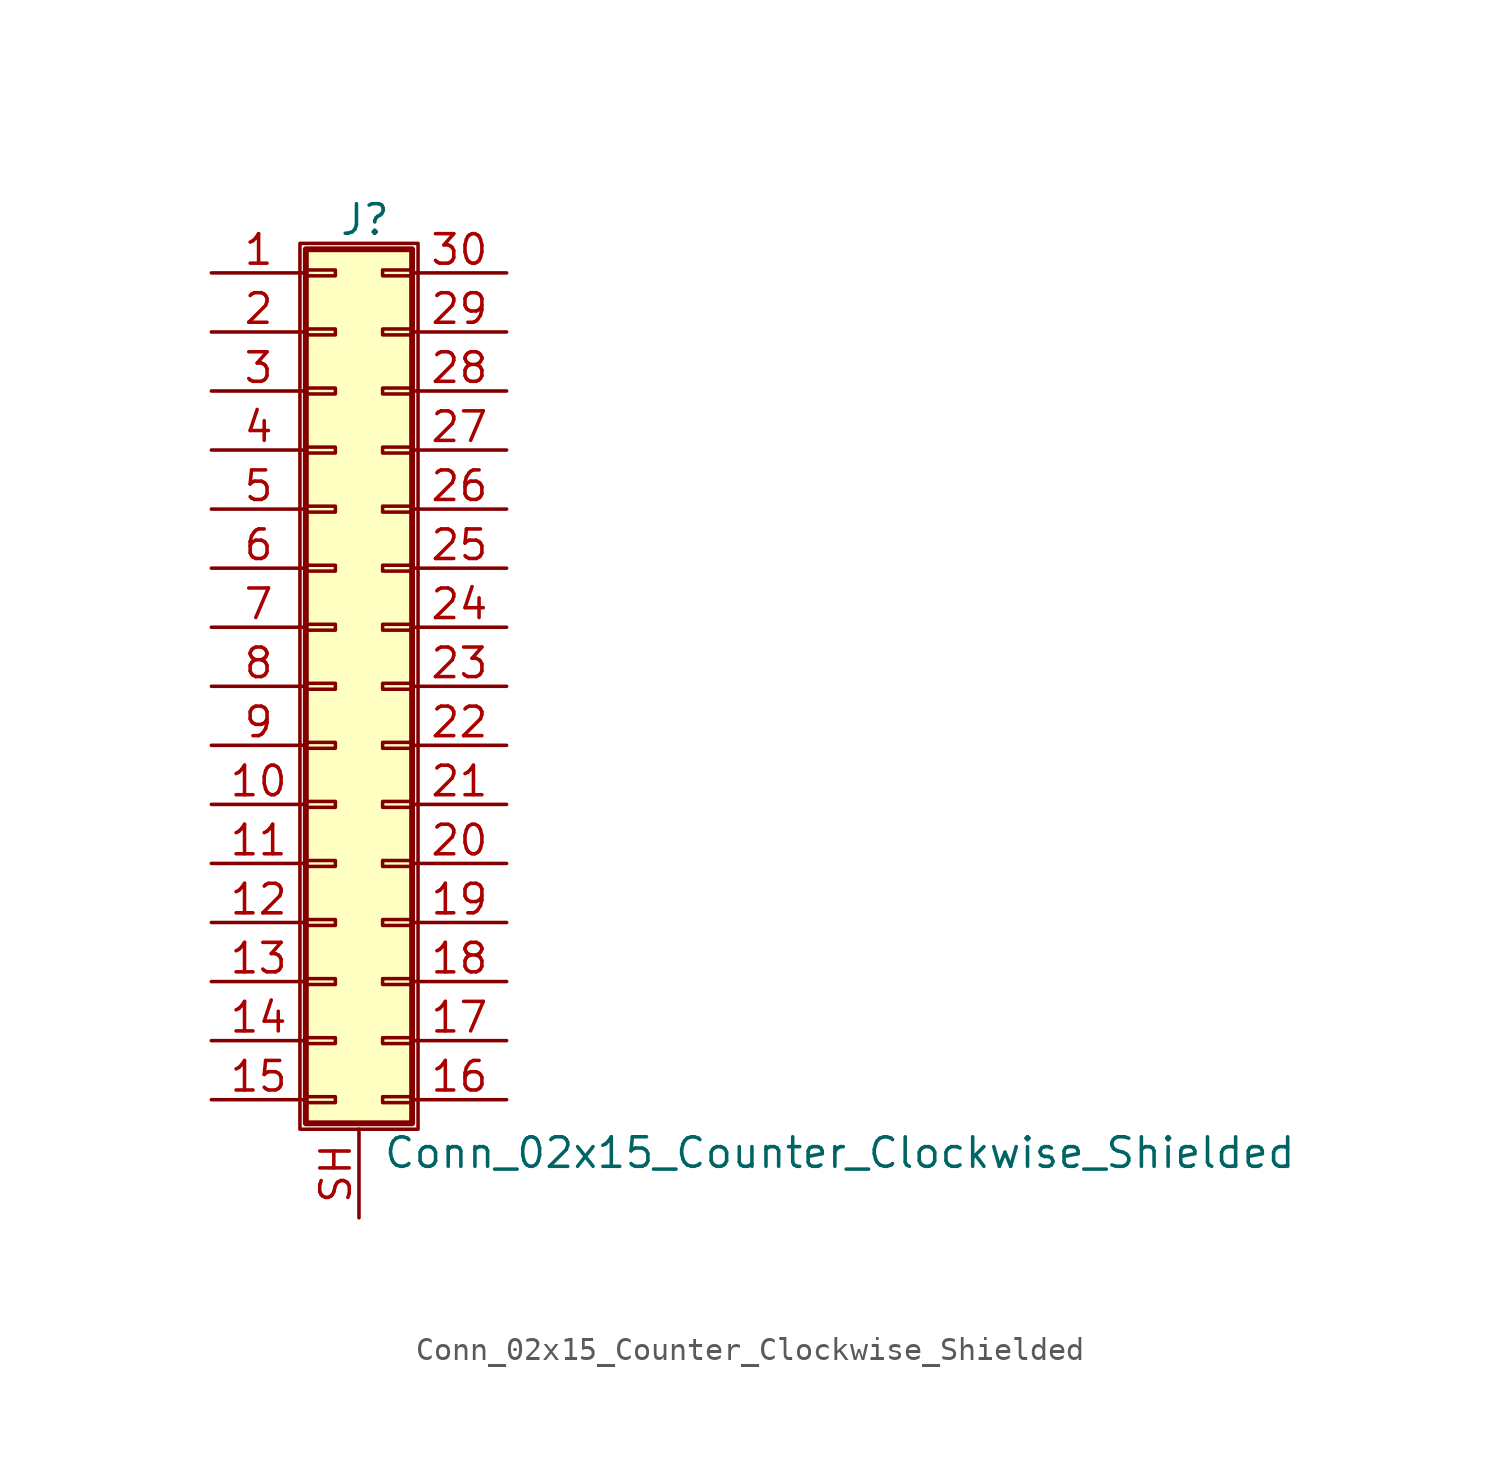
<source format=kicad_sym>
(kicad_symbol_lib
  (version 20201005)
  (generator kicad_symbol_editor)
  (symbol "Conn_02x15_Counter_Clockwise_Shielded"
    (pin_names
      (offset 1.016) hide)
    (property "Reference" "J"
      (at 1.524 20.066 0)
      (effects (font (size 1.27 1.27))))
    (property "Value" "Conn_02x15_Counter_Clockwise_Shielded"
      (at 2.286 -20.066 0)
      (effects (font (size 1.27 1.27)) (justify left)))
    (symbol "Conn_02x15_Counter_Clockwise_Shielded_1_1"
      (rectangle (start -1.27 19.05) (end 3.81 -19.05) (stroke (width 0.152)) (fill (type none)))
      (rectangle (start -1.016 -17.653) (end 0.254 -17.907) (stroke (width 0.152)) (fill (type none)))
      (rectangle (start -1.016 -15.113) (end 0.254 -15.367) (stroke (width 0.152)) (fill (type none)))
      (rectangle (start -1.016 -12.573) (end 0.254 -12.827) (stroke (width 0.152)) (fill (type none)))
      (rectangle (start -1.016 -10.033) (end 0.254 -10.287) (stroke (width 0.152)) (fill (type none)))
      (rectangle (start -1.016 -7.493) (end 0.254 -7.747) (stroke (width 0.152)) (fill (type none)))
      (rectangle (start -1.016 -4.953) (end 0.254 -5.207) (stroke (width 0.152)) (fill (type none)))
      (rectangle (start -1.016 -2.413) (end 0.254 -2.667) (stroke (width 0.152)) (fill (type none)))
      (rectangle (start -1.016 0.127) (end 0.254 -0.127) (stroke (width 0.152)) (fill (type none)))
      (rectangle (start -1.016 2.667) (end 0.254 2.413) (stroke (width 0.152)) (fill (type none)))
      (rectangle (start -1.016 5.207) (end 0.254 4.953) (stroke (width 0.152)) (fill (type none)))
      (rectangle (start -1.016 7.747) (end 0.254 7.493) (stroke (width 0.152)) (fill (type none)))
      (rectangle (start -1.016 10.287) (end 0.254 10.033) (stroke (width 0.152)) (fill (type none)))
      (rectangle (start -1.016 12.827) (end 0.254 12.573) (stroke (width 0.152)) (fill (type none)))
      (rectangle (start -1.016 15.367) (end 0.254 15.113) (stroke (width 0.152)) (fill (type none)))
      (rectangle (start -1.016 17.907) (end 0.254 17.653) (stroke (width 0.152)) (fill (type none)))
      (rectangle (start -1.016 18.796) (end 3.556 -18.796) (stroke (width 0.254)) (fill (type background)))
      (rectangle (start 3.556 -17.653) (end 2.286 -17.907) (stroke (width 0.152)) (fill (type none)))
      (rectangle (start 3.556 -15.113) (end 2.286 -15.367) (stroke (width 0.152)) (fill (type none)))
      (rectangle (start 3.556 -12.573) (end 2.286 -12.827) (stroke (width 0.152)) (fill (type none)))
      (rectangle (start 3.556 -10.033) (end 2.286 -10.287) (stroke (width 0.152)) (fill (type none)))
      (rectangle (start 3.556 -7.493) (end 2.286 -7.747) (stroke (width 0.152)) (fill (type none)))
      (rectangle (start 3.556 -4.953) (end 2.286 -5.207) (stroke (width 0.152)) (fill (type none)))
      (rectangle (start 3.556 -2.413) (end 2.286 -2.667) (stroke (width 0.152)) (fill (type none)))
      (rectangle (start 3.556 0.127) (end 2.286 -0.127) (stroke (width 0.152)) (fill (type none)))
      (rectangle (start 3.556 2.667) (end 2.286 2.413) (stroke (width 0.152)) (fill (type none)))
      (rectangle (start 3.556 5.207) (end 2.286 4.953) (stroke (width 0.152)) (fill (type none)))
      (rectangle (start 3.556 7.747) (end 2.286 7.493) (stroke (width 0.152)) (fill (type none)))
      (rectangle (start 3.556 10.287) (end 2.286 10.033) (stroke (width 0.152)) (fill (type none)))
      (rectangle (start 3.556 12.827) (end 2.286 12.573) (stroke (width 0.152)) (fill (type none)))
      (rectangle (start 3.556 15.367) (end 2.286 15.113) (stroke (width 0.152)) (fill (type none)))
      (rectangle (start 3.556 17.907) (end 2.286 17.653) (stroke (width 0.152)) (fill (type none)))
      (pin passive line (at -5.08 17.78 0) (length 4.064) (name "Pin_1" (effects (font (size 1.27 1.27)))) (number "1" (effects (font (size 1.27 1.27)))))
      (pin passive line (at -5.08 -5.08 0) (length 4.064) (name "Pin_10" (effects (font (size 1.27 1.27)))) (number "10" (effects (font (size 1.27 1.27)))))
      (pin passive line (at -5.08 -7.62 0) (length 4.064) (name "Pin_11" (effects (font (size 1.27 1.27)))) (number "11" (effects (font (size 1.27 1.27)))))
      (pin passive line (at -5.08 -10.16 0) (length 4.064) (name "Pin_12" (effects (font (size 1.27 1.27)))) (number "12" (effects (font (size 1.27 1.27)))))
      (pin passive line (at -5.08 -12.7 0) (length 4.064) (name "Pin_13" (effects (font (size 1.27 1.27)))) (number "13" (effects (font (size 1.27 1.27)))))
      (pin passive line (at -5.08 -15.24 0) (length 4.064) (name "Pin_14" (effects (font (size 1.27 1.27)))) (number "14" (effects (font (size 1.27 1.27)))))
      (pin passive line (at -5.08 -17.78 0) (length 4.064) (name "Pin_15" (effects (font (size 1.27 1.27)))) (number "15" (effects (font (size 1.27 1.27)))))
      (pin passive line (at 7.62 -17.78 180) (length 4.064) (name "Pin_16" (effects (font (size 1.27 1.27)))) (number "16" (effects (font (size 1.27 1.27)))))
      (pin passive line (at 7.62 -15.24 180) (length 4.064) (name "Pin_17" (effects (font (size 1.27 1.27)))) (number "17" (effects (font (size 1.27 1.27)))))
      (pin passive line (at 7.62 -12.7 180) (length 4.064) (name "Pin_18" (effects (font (size 1.27 1.27)))) (number "18" (effects (font (size 1.27 1.27)))))
      (pin passive line (at 7.62 -10.16 180) (length 4.064) (name "Pin_19" (effects (font (size 1.27 1.27)))) (number "19" (effects (font (size 1.27 1.27)))))
      (pin passive line (at -5.08 15.24 0) (length 4.064) (name "Pin_2" (effects (font (size 1.27 1.27)))) (number "2" (effects (font (size 1.27 1.27)))))
      (pin passive line (at 7.62 -7.62 180) (length 4.064) (name "Pin_20" (effects (font (size 1.27 1.27)))) (number "20" (effects (font (size 1.27 1.27)))))
      (pin passive line (at 7.62 -5.08 180) (length 4.064) (name "Pin_21" (effects (font (size 1.27 1.27)))) (number "21" (effects (font (size 1.27 1.27)))))
      (pin passive line (at 7.62 -2.54 180) (length 4.064) (name "Pin_22" (effects (font (size 1.27 1.27)))) (number "22" (effects (font (size 1.27 1.27)))))
      (pin passive line (at 7.62 0 180) (length 4.064) (name "Pin_23" (effects (font (size 1.27 1.27)))) (number "23" (effects (font (size 1.27 1.27)))))
      (pin passive line (at 7.62 2.54 180) (length 4.064) (name "Pin_24" (effects (font (size 1.27 1.27)))) (number "24" (effects (font (size 1.27 1.27)))))
      (pin passive line (at 7.62 5.08 180) (length 4.064) (name "Pin_25" (effects (font (size 1.27 1.27)))) (number "25" (effects (font (size 1.27 1.27)))))
      (pin passive line (at 7.62 7.62 180) (length 4.064) (name "Pin_26" (effects (font (size 1.27 1.27)))) (number "26" (effects (font (size 1.27 1.27)))))
      (pin passive line (at 7.62 10.16 180) (length 4.064) (name "Pin_27" (effects (font (size 1.27 1.27)))) (number "27" (effects (font (size 1.27 1.27)))))
      (pin passive line (at 7.62 12.7 180) (length 4.064) (name "Pin_28" (effects (font (size 1.27 1.27)))) (number "28" (effects (font (size 1.27 1.27)))))
      (pin passive line (at 7.62 15.24 180) (length 4.064) (name "Pin_29" (effects (font (size 1.27 1.27)))) (number "29" (effects (font (size 1.27 1.27)))))
      (pin passive line (at -5.08 12.7 0) (length 4.064) (name "Pin_3" (effects (font (size 1.27 1.27)))) (number "3" (effects (font (size 1.27 1.27)))))
      (pin passive line (at 7.62 17.78 180) (length 4.064) (name "Pin_30" (effects (font (size 1.27 1.27)))) (number "30" (effects (font (size 1.27 1.27)))))
      (pin passive line (at -5.08 10.16 0) (length 4.064) (name "Pin_4" (effects (font (size 1.27 1.27)))) (number "4" (effects (font (size 1.27 1.27)))))
      (pin passive line (at -5.08 7.62 0) (length 4.064) (name "Pin_5" (effects (font (size 1.27 1.27)))) (number "5" (effects (font (size 1.27 1.27)))))
      (pin passive line (at -5.08 5.08 0) (length 4.064) (name "Pin_6" (effects (font (size 1.27 1.27)))) (number "6" (effects (font (size 1.27 1.27)))))
      (pin passive line (at -5.08 2.54 0) (length 4.064) (name "Pin_7" (effects (font (size 1.27 1.27)))) (number "7" (effects (font (size 1.27 1.27)))))
      (pin passive line (at -5.08 0 0) (length 4.064) (name "Pin_8" (effects (font (size 1.27 1.27)))) (number "8" (effects (font (size 1.27 1.27)))))
      (pin passive line (at -5.08 -2.54 0) (length 4.064) (name "Pin_9" (effects (font (size 1.27 1.27)))) (number "9" (effects (font (size 1.27 1.27)))))
      (pin passive line (at 1.27 -22.86 90) (length 3.81) (name "Shield" (effects (font (size 1.27 1.27)))) (number "SH" (effects (font (size 1.27 1.27))))))))
</source>
